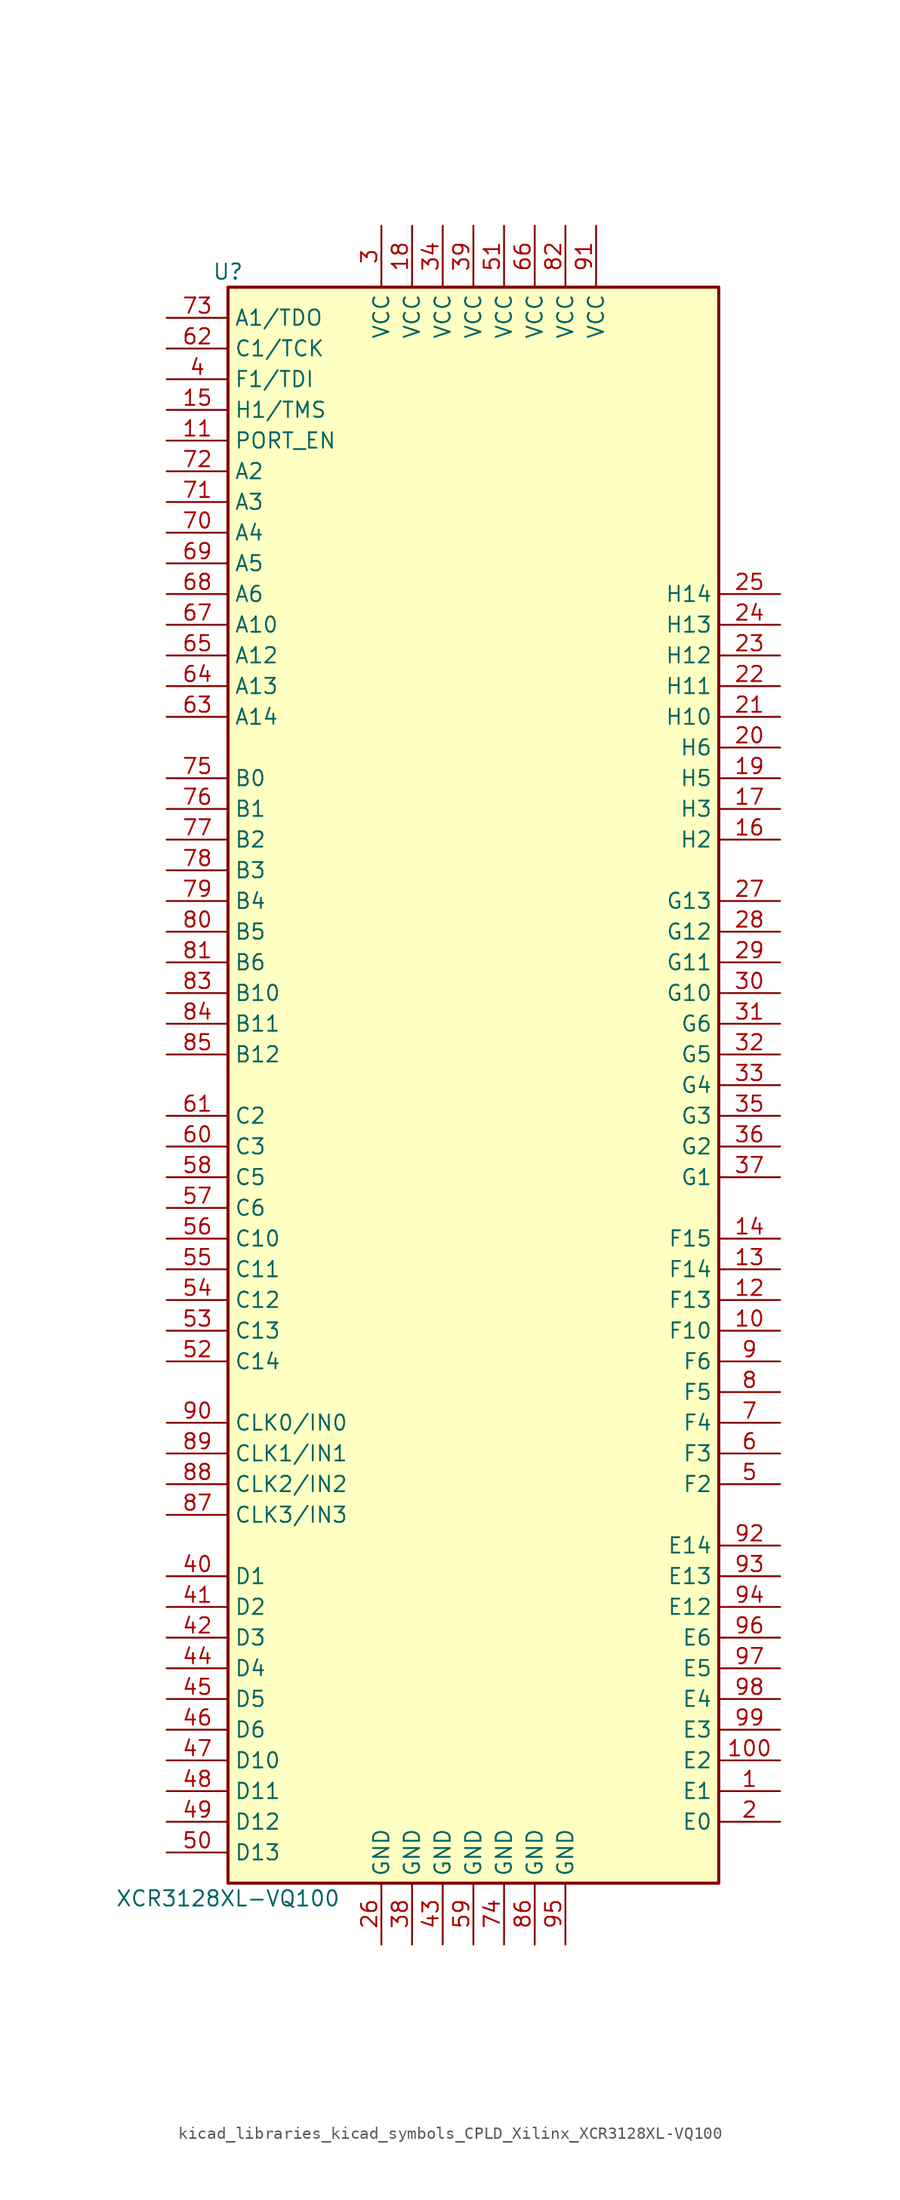
<source format=kicad_sym>
(kicad_symbol_lib
  (version 20220914)
  (generator kicad_symbol_editor)
  (symbol "kicad_libraries_kicad_symbols_CPLD_Xilinx_XCR3128XL-VQ100"
    (property "Reference" "U"
      (at -20.32 67.31 0)
      (effects (font (size 1.27 1.27))))
    (property "Value" "XCR3128XL-VQ100"
      (at -20.32 -67.31 0)
      (effects (font (size 1.27 1.27))))
    (symbol "kicad_libraries_kicad_symbols_CPLD_Xilinx_XCR3128XL-VQ100_1_1"
      (rectangle (start -20.32 66.04) (end 20.32 -66.04) (stroke (width 0.254) (type default)) (fill (type background)))
      (pin passive line (at 25.4 -58.42 180) (length 5.08) (name "E1" (effects (font (size 1.27 1.27)))) (number "1" (effects (font (size 1.27 1.27)))))
      (pin passive line (at 25.4 -20.32 180) (length 5.08) (name "F10" (effects (font (size 1.27 1.27)))) (number "10" (effects (font (size 1.27 1.27)))))
      (pin passive line (at 25.4 -55.88 180) (length 5.08) (name "E2" (effects (font (size 1.27 1.27)))) (number "100" (effects (font (size 1.27 1.27)))))
      (pin passive line (at -25.4 53.34 0) (length 5.08) (name "PORT_EN" (effects (font (size 1.27 1.27)))) (number "11" (effects (font (size 1.27 1.27)))))
      (pin passive line (at 25.4 -17.78 180) (length 5.08) (name "F13" (effects (font (size 1.27 1.27)))) (number "12" (effects (font (size 1.27 1.27)))))
      (pin passive line (at 25.4 -15.24 180) (length 5.08) (name "F14" (effects (font (size 1.27 1.27)))) (number "13" (effects (font (size 1.27 1.27)))))
      (pin passive line (at 25.4 -12.7 180) (length 5.08) (name "F15" (effects (font (size 1.27 1.27)))) (number "14" (effects (font (size 1.27 1.27)))))
      (pin passive line (at -25.4 55.88 0) (length 5.08) (name "H1/TMS" (effects (font (size 1.27 1.27)))) (number "15" (effects (font (size 1.27 1.27)))))
      (pin passive line (at 25.4 20.32 180) (length 5.08) (name "H2" (effects (font (size 1.27 1.27)))) (number "16" (effects (font (size 1.27 1.27)))))
      (pin passive line (at 25.4 22.86 180) (length 5.08) (name "H3" (effects (font (size 1.27 1.27)))) (number "17" (effects (font (size 1.27 1.27)))))
      (pin power_in line (at -5.08 71.12 270) (length 5.08) (name "VCC" (effects (font (size 1.27 1.27)))) (number "18" (effects (font (size 1.27 1.27)))))
      (pin passive line (at 25.4 25.4 180) (length 5.08) (name "H5" (effects (font (size 1.27 1.27)))) (number "19" (effects (font (size 1.27 1.27)))))
      (pin passive line (at 25.4 -60.96 180) (length 5.08) (name "E0" (effects (font (size 1.27 1.27)))) (number "2" (effects (font (size 1.27 1.27)))))
      (pin passive line (at 25.4 27.94 180) (length 5.08) (name "H6" (effects (font (size 1.27 1.27)))) (number "20" (effects (font (size 1.27 1.27)))))
      (pin passive line (at 25.4 30.48 180) (length 5.08) (name "H10" (effects (font (size 1.27 1.27)))) (number "21" (effects (font (size 1.27 1.27)))))
      (pin passive line (at 25.4 33.02 180) (length 5.08) (name "H11" (effects (font (size 1.27 1.27)))) (number "22" (effects (font (size 1.27 1.27)))))
      (pin passive line (at 25.4 35.56 180) (length 5.08) (name "H12" (effects (font (size 1.27 1.27)))) (number "23" (effects (font (size 1.27 1.27)))))
      (pin passive line (at 25.4 38.1 180) (length 5.08) (name "H13" (effects (font (size 1.27 1.27)))) (number "24" (effects (font (size 1.27 1.27)))))
      (pin passive line (at 25.4 40.64 180) (length 5.08) (name "H14" (effects (font (size 1.27 1.27)))) (number "25" (effects (font (size 1.27 1.27)))))
      (pin power_in line (at -7.62 -71.12 90) (length 5.08) (name "GND" (effects (font (size 1.27 1.27)))) (number "26" (effects (font (size 1.27 1.27)))))
      (pin passive line (at 25.4 15.24 180) (length 5.08) (name "G13" (effects (font (size 1.27 1.27)))) (number "27" (effects (font (size 1.27 1.27)))))
      (pin passive line (at 25.4 12.7 180) (length 5.08) (name "G12" (effects (font (size 1.27 1.27)))) (number "28" (effects (font (size 1.27 1.27)))))
      (pin passive line (at 25.4 10.16 180) (length 5.08) (name "G11" (effects (font (size 1.27 1.27)))) (number "29" (effects (font (size 1.27 1.27)))))
      (pin power_in line (at -7.62 71.12 270) (length 5.08) (name "VCC" (effects (font (size 1.27 1.27)))) (number "3" (effects (font (size 1.27 1.27)))))
      (pin passive line (at 25.4 7.62 180) (length 5.08) (name "G10" (effects (font (size 1.27 1.27)))) (number "30" (effects (font (size 1.27 1.27)))))
      (pin passive line (at 25.4 5.08 180) (length 5.08) (name "G6" (effects (font (size 1.27 1.27)))) (number "31" (effects (font (size 1.27 1.27)))))
      (pin passive line (at 25.4 2.54 180) (length 5.08) (name "G5" (effects (font (size 1.27 1.27)))) (number "32" (effects (font (size 1.27 1.27)))))
      (pin passive line (at 25.4 0 180) (length 5.08) (name "G4" (effects (font (size 1.27 1.27)))) (number "33" (effects (font (size 1.27 1.27)))))
      (pin power_in line (at -2.54 71.12 270) (length 5.08) (name "VCC" (effects (font (size 1.27 1.27)))) (number "34" (effects (font (size 1.27 1.27)))))
      (pin passive line (at 25.4 -2.54 180) (length 5.08) (name "G3" (effects (font (size 1.27 1.27)))) (number "35" (effects (font (size 1.27 1.27)))))
      (pin passive line (at 25.4 -5.08 180) (length 5.08) (name "G2" (effects (font (size 1.27 1.27)))) (number "36" (effects (font (size 1.27 1.27)))))
      (pin passive line (at 25.4 -7.62 180) (length 5.08) (name "G1" (effects (font (size 1.27 1.27)))) (number "37" (effects (font (size 1.27 1.27)))))
      (pin power_in line (at -5.08 -71.12 90) (length 5.08) (name "GND" (effects (font (size 1.27 1.27)))) (number "38" (effects (font (size 1.27 1.27)))))
      (pin power_in line (at 0 71.12 270) (length 5.08) (name "VCC" (effects (font (size 1.27 1.27)))) (number "39" (effects (font (size 1.27 1.27)))))
      (pin passive line (at -25.4 58.42 0) (length 5.08) (name "F1/TDI" (effects (font (size 1.27 1.27)))) (number "4" (effects (font (size 1.27 1.27)))))
      (pin passive line (at -25.4 -40.64 0) (length 5.08) (name "D1" (effects (font (size 1.27 1.27)))) (number "40" (effects (font (size 1.27 1.27)))))
      (pin passive line (at -25.4 -43.18 0) (length 5.08) (name "D2" (effects (font (size 1.27 1.27)))) (number "41" (effects (font (size 1.27 1.27)))))
      (pin passive line (at -25.4 -45.72 0) (length 5.08) (name "D3" (effects (font (size 1.27 1.27)))) (number "42" (effects (font (size 1.27 1.27)))))
      (pin power_in line (at -2.54 -71.12 90) (length 5.08) (name "GND" (effects (font (size 1.27 1.27)))) (number "43" (effects (font (size 1.27 1.27)))))
      (pin passive line (at -25.4 -48.26 0) (length 5.08) (name "D4" (effects (font (size 1.27 1.27)))) (number "44" (effects (font (size 1.27 1.27)))))
      (pin passive line (at -25.4 -50.8 0) (length 5.08) (name "D5" (effects (font (size 1.27 1.27)))) (number "45" (effects (font (size 1.27 1.27)))))
      (pin passive line (at -25.4 -53.34 0) (length 5.08) (name "D6" (effects (font (size 1.27 1.27)))) (number "46" (effects (font (size 1.27 1.27)))))
      (pin passive line (at -25.4 -55.88 0) (length 5.08) (name "D10" (effects (font (size 1.27 1.27)))) (number "47" (effects (font (size 1.27 1.27)))))
      (pin passive line (at -25.4 -58.42 0) (length 5.08) (name "D11" (effects (font (size 1.27 1.27)))) (number "48" (effects (font (size 1.27 1.27)))))
      (pin passive line (at -25.4 -60.96 0) (length 5.08) (name "D12" (effects (font (size 1.27 1.27)))) (number "49" (effects (font (size 1.27 1.27)))))
      (pin passive line (at 25.4 -33.02 180) (length 5.08) (name "F2" (effects (font (size 1.27 1.27)))) (number "5" (effects (font (size 1.27 1.27)))))
      (pin passive line (at -25.4 -63.5 0) (length 5.08) (name "D13" (effects (font (size 1.27 1.27)))) (number "50" (effects (font (size 1.27 1.27)))))
      (pin power_in line (at 2.54 71.12 270) (length 5.08) (name "VCC" (effects (font (size 1.27 1.27)))) (number "51" (effects (font (size 1.27 1.27)))))
      (pin passive line (at -25.4 -22.86 0) (length 5.08) (name "C14" (effects (font (size 1.27 1.27)))) (number "52" (effects (font (size 1.27 1.27)))))
      (pin passive line (at -25.4 -20.32 0) (length 5.08) (name "C13" (effects (font (size 1.27 1.27)))) (number "53" (effects (font (size 1.27 1.27)))))
      (pin passive line (at -25.4 -17.78 0) (length 5.08) (name "C12" (effects (font (size 1.27 1.27)))) (number "54" (effects (font (size 1.27 1.27)))))
      (pin passive line (at -25.4 -15.24 0) (length 5.08) (name "C11" (effects (font (size 1.27 1.27)))) (number "55" (effects (font (size 1.27 1.27)))))
      (pin passive line (at -25.4 -12.7 0) (length 5.08) (name "C10" (effects (font (size 1.27 1.27)))) (number "56" (effects (font (size 1.27 1.27)))))
      (pin passive line (at -25.4 -10.16 0) (length 5.08) (name "C6" (effects (font (size 1.27 1.27)))) (number "57" (effects (font (size 1.27 1.27)))))
      (pin passive line (at -25.4 -7.62 0) (length 5.08) (name "C5" (effects (font (size 1.27 1.27)))) (number "58" (effects (font (size 1.27 1.27)))))
      (pin power_in line (at 0 -71.12 90) (length 5.08) (name "GND" (effects (font (size 1.27 1.27)))) (number "59" (effects (font (size 1.27 1.27)))))
      (pin passive line (at 25.4 -30.48 180) (length 5.08) (name "F3" (effects (font (size 1.27 1.27)))) (number "6" (effects (font (size 1.27 1.27)))))
      (pin passive line (at -25.4 -5.08 0) (length 5.08) (name "C3" (effects (font (size 1.27 1.27)))) (number "60" (effects (font (size 1.27 1.27)))))
      (pin passive line (at -25.4 -2.54 0) (length 5.08) (name "C2" (effects (font (size 1.27 1.27)))) (number "61" (effects (font (size 1.27 1.27)))))
      (pin passive line (at -25.4 60.96 0) (length 5.08) (name "C1/TCK" (effects (font (size 1.27 1.27)))) (number "62" (effects (font (size 1.27 1.27)))))
      (pin passive line (at -25.4 30.48 0) (length 5.08) (name "A14" (effects (font (size 1.27 1.27)))) (number "63" (effects (font (size 1.27 1.27)))))
      (pin passive line (at -25.4 33.02 0) (length 5.08) (name "A13" (effects (font (size 1.27 1.27)))) (number "64" (effects (font (size 1.27 1.27)))))
      (pin passive line (at -25.4 35.56 0) (length 5.08) (name "A12" (effects (font (size 1.27 1.27)))) (number "65" (effects (font (size 1.27 1.27)))))
      (pin power_in line (at 5.08 71.12 270) (length 5.08) (name "VCC" (effects (font (size 1.27 1.27)))) (number "66" (effects (font (size 1.27 1.27)))))
      (pin passive line (at -25.4 38.1 0) (length 5.08) (name "A10" (effects (font (size 1.27 1.27)))) (number "67" (effects (font (size 1.27 1.27)))))
      (pin passive line (at -25.4 40.64 0) (length 5.08) (name "A6" (effects (font (size 1.27 1.27)))) (number "68" (effects (font (size 1.27 1.27)))))
      (pin passive line (at -25.4 43.18 0) (length 5.08) (name "A5" (effects (font (size 1.27 1.27)))) (number "69" (effects (font (size 1.27 1.27)))))
      (pin passive line (at 25.4 -27.94 180) (length 5.08) (name "F4" (effects (font (size 1.27 1.27)))) (number "7" (effects (font (size 1.27 1.27)))))
      (pin passive line (at -25.4 45.72 0) (length 5.08) (name "A4" (effects (font (size 1.27 1.27)))) (number "70" (effects (font (size 1.27 1.27)))))
      (pin passive line (at -25.4 48.26 0) (length 5.08) (name "A3" (effects (font (size 1.27 1.27)))) (number "71" (effects (font (size 1.27 1.27)))))
      (pin passive line (at -25.4 50.8 0) (length 5.08) (name "A2" (effects (font (size 1.27 1.27)))) (number "72" (effects (font (size 1.27 1.27)))))
      (pin passive line (at -25.4 63.5 0) (length 5.08) (name "A1/TDO" (effects (font (size 1.27 1.27)))) (number "73" (effects (font (size 1.27 1.27)))))
      (pin power_in line (at 2.54 -71.12 90) (length 5.08) (name "GND" (effects (font (size 1.27 1.27)))) (number "74" (effects (font (size 1.27 1.27)))))
      (pin passive line (at -25.4 25.4 0) (length 5.08) (name "B0" (effects (font (size 1.27 1.27)))) (number "75" (effects (font (size 1.27 1.27)))))
      (pin passive line (at -25.4 22.86 0) (length 5.08) (name "B1" (effects (font (size 1.27 1.27)))) (number "76" (effects (font (size 1.27 1.27)))))
      (pin passive line (at -25.4 20.32 0) (length 5.08) (name "B2" (effects (font (size 1.27 1.27)))) (number "77" (effects (font (size 1.27 1.27)))))
      (pin passive line (at -25.4 17.78 0) (length 5.08) (name "B3" (effects (font (size 1.27 1.27)))) (number "78" (effects (font (size 1.27 1.27)))))
      (pin passive line (at -25.4 15.24 0) (length 5.08) (name "B4" (effects (font (size 1.27 1.27)))) (number "79" (effects (font (size 1.27 1.27)))))
      (pin passive line (at 25.4 -25.4 180) (length 5.08) (name "F5" (effects (font (size 1.27 1.27)))) (number "8" (effects (font (size 1.27 1.27)))))
      (pin passive line (at -25.4 12.7 0) (length 5.08) (name "B5" (effects (font (size 1.27 1.27)))) (number "80" (effects (font (size 1.27 1.27)))))
      (pin passive line (at -25.4 10.16 0) (length 5.08) (name "B6" (effects (font (size 1.27 1.27)))) (number "81" (effects (font (size 1.27 1.27)))))
      (pin power_in line (at 7.62 71.12 270) (length 5.08) (name "VCC" (effects (font (size 1.27 1.27)))) (number "82" (effects (font (size 1.27 1.27)))))
      (pin passive line (at -25.4 7.62 0) (length 5.08) (name "B10" (effects (font (size 1.27 1.27)))) (number "83" (effects (font (size 1.27 1.27)))))
      (pin passive line (at -25.4 5.08 0) (length 5.08) (name "B11" (effects (font (size 1.27 1.27)))) (number "84" (effects (font (size 1.27 1.27)))))
      (pin passive line (at -25.4 2.54 0) (length 5.08) (name "B12" (effects (font (size 1.27 1.27)))) (number "85" (effects (font (size 1.27 1.27)))))
      (pin power_in line (at 5.08 -71.12 90) (length 5.08) (name "GND" (effects (font (size 1.27 1.27)))) (number "86" (effects (font (size 1.27 1.27)))))
      (pin input line (at -25.4 -35.56 0) (length 5.08) (name "CLK3/IN3" (effects (font (size 1.27 1.27)))) (number "87" (effects (font (size 1.27 1.27)))))
      (pin input line (at -25.4 -33.02 0) (length 5.08) (name "CLK2/IN2" (effects (font (size 1.27 1.27)))) (number "88" (effects (font (size 1.27 1.27)))))
      (pin input line (at -25.4 -30.48 0) (length 5.08) (name "CLK1/IN1" (effects (font (size 1.27 1.27)))) (number "89" (effects (font (size 1.27 1.27)))))
      (pin passive line (at 25.4 -22.86 180) (length 5.08) (name "F6" (effects (font (size 1.27 1.27)))) (number "9" (effects (font (size 1.27 1.27)))))
      (pin input line (at -25.4 -27.94 0) (length 5.08) (name "CLK0/IN0" (effects (font (size 1.27 1.27)))) (number "90" (effects (font (size 1.27 1.27)))))
      (pin power_in line (at 10.16 71.12 270) (length 5.08) (name "VCC" (effects (font (size 1.27 1.27)))) (number "91" (effects (font (size 1.27 1.27)))))
      (pin passive line (at 25.4 -38.1 180) (length 5.08) (name "E14" (effects (font (size 1.27 1.27)))) (number "92" (effects (font (size 1.27 1.27)))))
      (pin passive line (at 25.4 -40.64 180) (length 5.08) (name "E13" (effects (font (size 1.27 1.27)))) (number "93" (effects (font (size 1.27 1.27)))))
      (pin passive line (at 25.4 -43.18 180) (length 5.08) (name "E12" (effects (font (size 1.27 1.27)))) (number "94" (effects (font (size 1.27 1.27)))))
      (pin power_in line (at 7.62 -71.12 90) (length 5.08) (name "GND" (effects (font (size 1.27 1.27)))) (number "95" (effects (font (size 1.27 1.27)))))
      (pin passive line (at 25.4 -45.72 180) (length 5.08) (name "E6" (effects (font (size 1.27 1.27)))) (number "96" (effects (font (size 1.27 1.27)))))
      (pin passive line (at 25.4 -48.26 180) (length 5.08) (name "E5" (effects (font (size 1.27 1.27)))) (number "97" (effects (font (size 1.27 1.27)))))
      (pin passive line (at 25.4 -50.8 180) (length 5.08) (name "E4" (effects (font (size 1.27 1.27)))) (number "98" (effects (font (size 1.27 1.27)))))
      (pin passive line (at 25.4 -53.34 180) (length 5.08) (name "E3" (effects (font (size 1.27 1.27)))) (number "99" (effects (font (size 1.27 1.27))))))))
</source>
